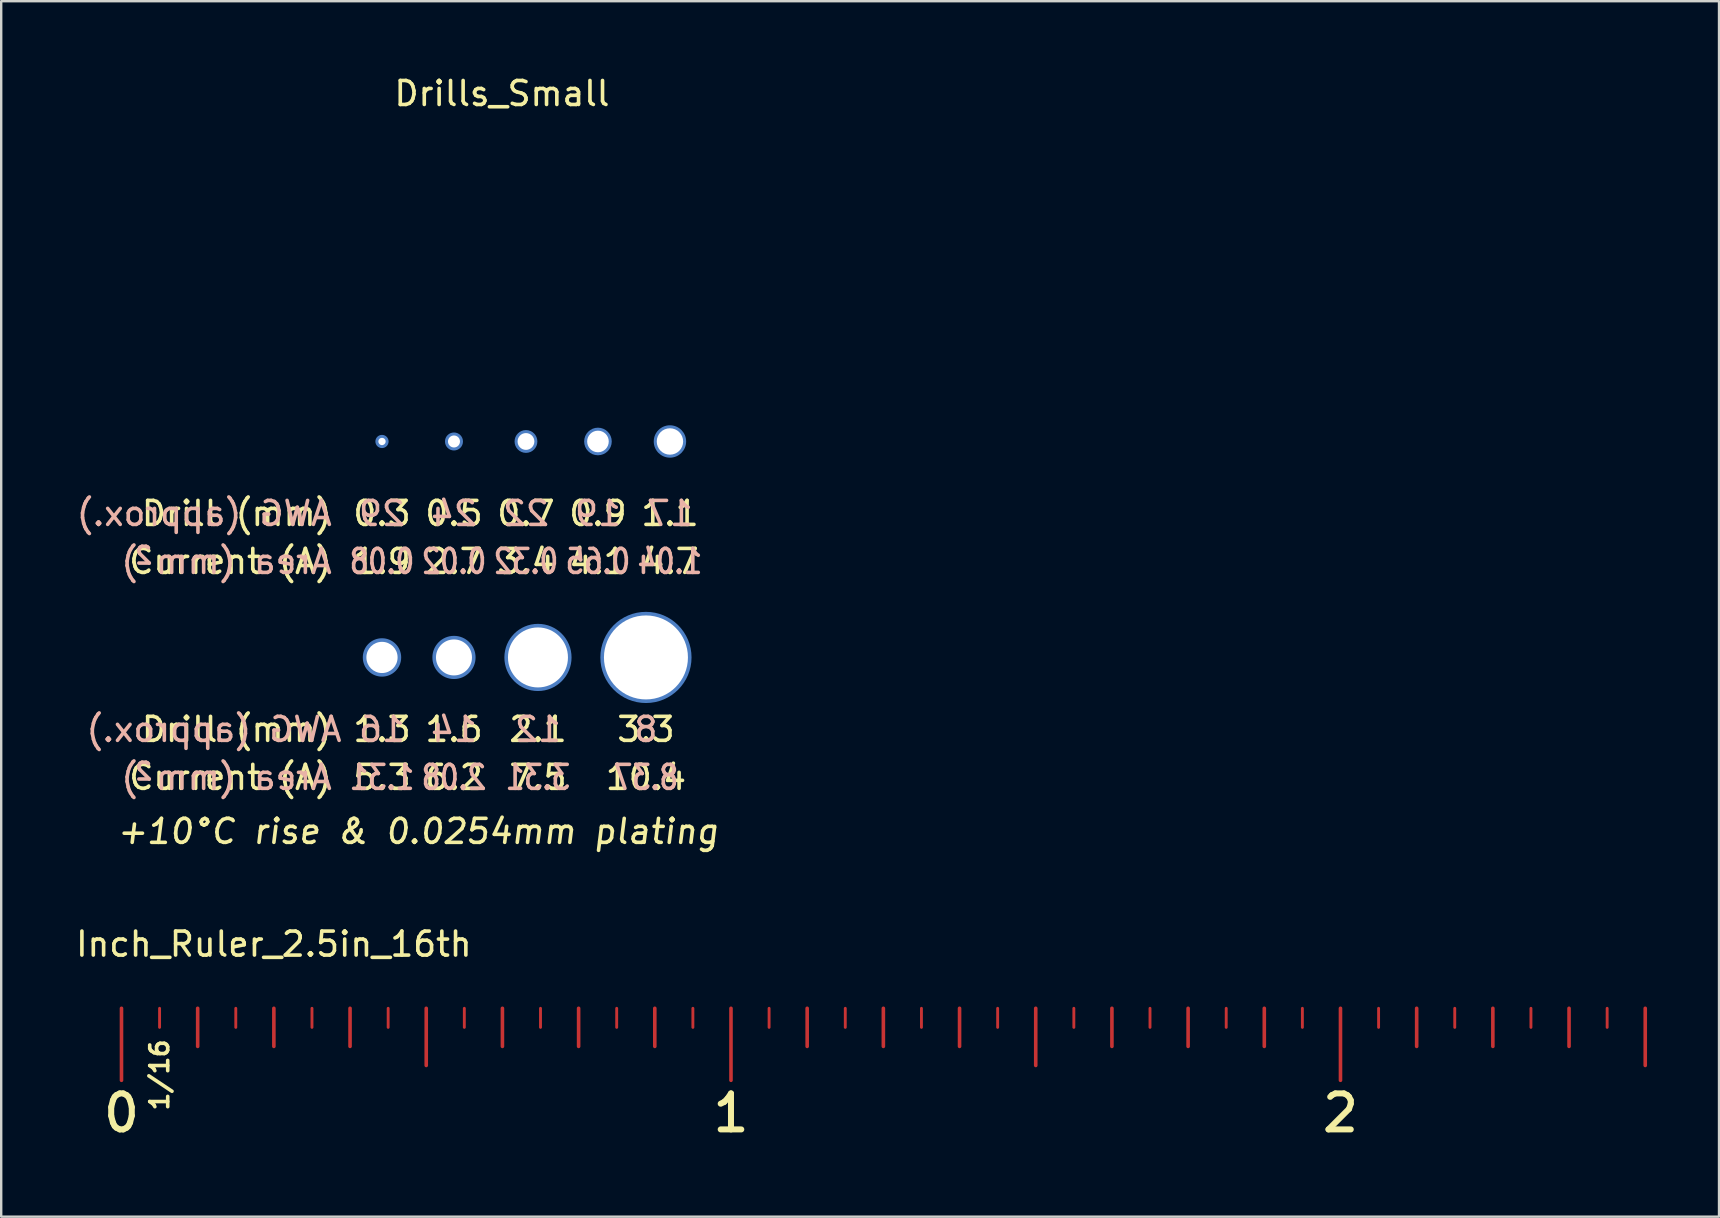
<source format=kicad_pcb>
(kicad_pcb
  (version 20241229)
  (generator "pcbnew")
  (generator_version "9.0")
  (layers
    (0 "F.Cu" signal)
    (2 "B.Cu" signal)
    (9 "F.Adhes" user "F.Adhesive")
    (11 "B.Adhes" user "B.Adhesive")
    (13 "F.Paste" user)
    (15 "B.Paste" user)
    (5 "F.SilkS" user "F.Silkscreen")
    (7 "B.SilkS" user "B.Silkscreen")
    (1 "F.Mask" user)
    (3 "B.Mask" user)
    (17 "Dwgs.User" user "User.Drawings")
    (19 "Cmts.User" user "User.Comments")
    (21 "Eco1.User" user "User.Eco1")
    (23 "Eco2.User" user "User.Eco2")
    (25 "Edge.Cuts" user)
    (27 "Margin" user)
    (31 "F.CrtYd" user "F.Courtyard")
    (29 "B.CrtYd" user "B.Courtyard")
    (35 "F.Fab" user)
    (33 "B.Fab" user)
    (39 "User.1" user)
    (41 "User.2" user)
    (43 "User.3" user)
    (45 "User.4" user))
  (footprint "Inch_Ruler_2.5in_16th"
    (layer "F.Cu")
    (at 2.013 38.97)
    (property "Reference" "Inch_Ruler_2.5in_16th" (at 6.35 -2.675 0) (layer "F.SilkS") (effects (font (size 1 1) (thickness 0.15))))
    (attr through_hole)
    (fp_line (start 0 0) (end 0 3) (stroke (width 0.15) (type solid)) (layer "F.Cu"))
    (fp_line (start 1.587 0) (end 1.587 0.794) (stroke (width 0.12) (type solid)) (layer "F.Cu"))
    (fp_line (start 3.175 0) (end 3.175 1.587) (stroke (width 0.15) (type solid)) (layer "F.Cu"))
    (fp_line (start 4.763 0) (end 4.763 0.794) (stroke (width 0.12) (type solid)) (layer "F.Cu"))
    (fp_line (start 6.35 0) (end 6.35 1.587) (stroke (width 0.15) (type solid)) (layer "F.Cu"))
    (fp_line (start 7.938 0) (end 7.938 0.794) (stroke (width 0.12) (type solid)) (layer "F.Cu"))
    (fp_line (start 9.525 0) (end 9.525 1.587) (stroke (width 0.15) (type solid)) (layer "F.Cu"))
    (fp_line (start 11.113 0) (end 11.113 0.794) (stroke (width 0.12) (type solid)) (layer "F.Cu"))
    (fp_line (start 12.7 0) (end 12.7 2.381) (stroke (width 0.15) (type solid)) (layer "F.Cu"))
    (fp_line (start 14.287 0) (end 14.287 0.794) (stroke (width 0.12) (type solid)) (layer "F.Cu"))
    (fp_line (start 15.875 0) (end 15.875 1.587) (stroke (width 0.15) (type solid)) (layer "F.Cu"))
    (fp_line (start 17.462 0) (end 17.462 0.794) (stroke (width 0.12) (type solid)) (layer "F.Cu"))
    (fp_line (start 19.05 0) (end 19.05 1.587) (stroke (width 0.15) (type solid)) (layer "F.Cu"))
    (fp_line (start 20.637 0) (end 20.637 0.794) (stroke (width 0.12) (type solid)) (layer "F.Cu"))
    (fp_line (start 22.225 0) (end 22.225 1.587) (stroke (width 0.15) (type solid)) (layer "F.Cu"))
    (fp_line (start 23.812 0) (end 23.812 0.794) (stroke (width 0.12) (type solid)) (layer "F.Cu"))
    (fp_line (start 25.4 0) (end 25.4 3) (stroke (width 0.15) (type solid)) (layer "F.Cu"))
    (fp_line (start 26.988 0) (end 26.988 0.794) (stroke (width 0.12) (type solid)) (layer "F.Cu"))
    (fp_line (start 28.575 0) (end 28.575 1.587) (stroke (width 0.15) (type solid)) (layer "F.Cu"))
    (fp_line (start 30.163 0) (end 30.163 0.794) (stroke (width 0.12) (type solid)) (layer "F.Cu"))
    (fp_line (start 31.75 0) (end 31.75 1.587) (stroke (width 0.15) (type solid)) (layer "F.Cu"))
    (fp_line (start 33.337 0) (end 33.337 0.794) (stroke (width 0.12) (type solid)) (layer "F.Cu"))
    (fp_line (start 34.925 0) (end 34.925 1.587) (stroke (width 0.15) (type solid)) (layer "F.Cu"))
    (fp_line (start 36.513 0) (end 36.513 0.794) (stroke (width 0.12) (type solid)) (layer "F.Cu"))
    (fp_line (start 38.1 0) (end 38.1 2.381) (stroke (width 0.15) (type solid)) (layer "F.Cu"))
    (fp_line (start 39.688 0) (end 39.688 0.794) (stroke (width 0.12) (type solid)) (layer "F.Cu"))
    (fp_line (start 41.275 0) (end 41.275 1.587) (stroke (width 0.15) (type solid)) (layer "F.Cu"))
    (fp_line (start 42.862 0) (end 42.862 0.794) (stroke (width 0.12) (type solid)) (layer "F.Cu"))
    (fp_line (start 44.45 0) (end 44.45 1.587) (stroke (width 0.15) (type solid)) (layer "F.Cu"))
    (fp_line (start 46.038 0) (end 46.038 0.794) (stroke (width 0.12) (type solid)) (layer "F.Cu"))
    (fp_line (start 47.625 0) (end 47.625 1.587) (stroke (width 0.15) (type solid)) (layer "F.Cu"))
    (fp_line (start 49.212 0) (end 49.212 0.794) (stroke (width 0.12) (type solid)) (layer "F.Cu"))
    (fp_line (start 50.8 0) (end 50.8 3) (stroke (width 0.15) (type solid)) (layer "F.Cu"))
    (fp_line (start 52.388 0) (end 52.388 0.794) (stroke (width 0.12) (type solid)) (layer "F.Cu"))
    (fp_line (start 53.975 0) (end 53.975 1.587) (stroke (width 0.15) (type solid)) (layer "F.Cu"))
    (fp_line (start 55.562 0) (end 55.562 0.794) (stroke (width 0.12) (type solid)) (layer "F.Cu"))
    (fp_line (start 57.15 0) (end 57.15 1.587) (stroke (width 0.15) (type solid)) (layer "F.Cu"))
    (fp_line (start 58.737 0) (end 58.737 0.794) (stroke (width 0.12) (type solid)) (layer "F.Cu"))
    (fp_line (start 60.325 0) (end 60.325 1.587) (stroke (width 0.15) (type solid)) (layer "F.Cu"))
    (fp_line (start 61.913 0) (end 61.913 0.794) (stroke (width 0.12) (type solid)) (layer "F.Cu"))
    (fp_line (start 63.5 0) (end 63.5 2.381) (stroke (width 0.15) (type solid)) (layer "F.Cu"))
    (fp_line (start 0 0) (end 0 3) (stroke (width 0.15) (type solid)) (layer "F.Mask"))
    (fp_line (start 1.587 0) (end 1.587 0.794) (stroke (width 0.15) (type solid)) (layer "F.Mask"))
    (fp_line (start 3.175 0) (end 3.175 1.587) (stroke (width 0.15) (type solid)) (layer "F.Mask"))
    (fp_line (start 4.763 0) (end 4.763 0.794) (stroke (width 0.12) (type solid)) (layer "F.Mask"))
    (fp_line (start 6.35 0) (end 6.35 1.587) (stroke (width 0.15) (type solid)) (layer "F.Mask"))
    (fp_line (start 7.938 0) (end 7.938 0.794) (stroke (width 0.12) (type solid)) (layer "F.Mask"))
    (fp_line (start 9.525 0) (end 9.525 1.587) (stroke (width 0.15) (type solid)) (layer "F.Mask"))
    (fp_line (start 11.113 0) (end 11.113 0.794) (stroke (width 0.12) (type solid)) (layer "F.Mask"))
    (fp_line (start 12.7 0) (end 12.7 2.381) (stroke (width 0.15) (type solid)) (layer "F.Mask"))
    (fp_line (start 14.287 0) (end 14.287 0.794) (stroke (width 0.12) (type solid)) (layer "F.Mask"))
    (fp_line (start 15.875 0) (end 15.875 1.587) (stroke (width 0.15) (type solid)) (layer "F.Mask"))
    (fp_line (start 17.462 0) (end 17.462 0.794) (stroke (width 0.12) (type solid)) (layer "F.Mask"))
    (fp_line (start 19.05 0) (end 19.05 1.587) (stroke (width 0.15) (type solid)) (layer "F.Mask"))
    (fp_line (start 20.637 0) (end 20.637 0.794) (stroke (width 0.12) (type solid)) (layer "F.Mask"))
    (fp_line (start 22.225 0) (end 22.225 1.587) (stroke (width 0.15) (type solid)) (layer "F.Mask"))
    (fp_line (start 23.812 0) (end 23.812 0.794) (stroke (width 0.12) (type solid)) (layer "F.Mask"))
    (fp_line (start 25.4 0) (end 25.4 3) (stroke (width 0.15) (type solid)) (layer "F.Mask"))
    (fp_line (start 26.988 0) (end 26.988 0.794) (stroke (width 0.12) (type solid)) (layer "F.Mask"))
    (fp_line (start 28.575 0) (end 28.575 1.587) (stroke (width 0.15) (type solid)) (layer "F.Mask"))
    (fp_line (start 30.163 0) (end 30.163 0.794) (stroke (width 0.12) (type solid)) (layer "F.Mask"))
    (fp_line (start 31.75 0) (end 31.75 1.587) (stroke (width 0.15) (type solid)) (layer "F.Mask"))
    (fp_line (start 33.337 0) (end 33.337 0.794) (stroke (width 0.12) (type solid)) (layer "F.Mask"))
    (fp_line (start 34.925 0) (end 34.925 1.587) (stroke (width 0.15) (type solid)) (layer "F.Mask"))
    (fp_line (start 36.513 0) (end 36.513 0.794) (stroke (width 0.12) (type solid)) (layer "F.Mask"))
    (fp_line (start 38.1 0) (end 38.1 2.381) (stroke (width 0.15) (type solid)) (layer "F.Mask"))
    (fp_line (start 39.688 0) (end 39.688 0.794) (stroke (width 0.12) (type solid)) (layer "F.Mask"))
    (fp_line (start 41.275 0) (end 41.275 1.587) (stroke (width 0.15) (type solid)) (layer "F.Mask"))
    (fp_line (start 42.862 0) (end 42.862 0.794) (stroke (width 0.12) (type solid)) (layer "F.Mask"))
    (fp_line (start 44.45 0) (end 44.45 1.587) (stroke (width 0.15) (type solid)) (layer "F.Mask"))
    (fp_line (start 46.038 0) (end 46.038 0.794) (stroke (width 0.12) (type solid)) (layer "F.Mask"))
    (fp_line (start 47.625 0) (end 47.625 1.587) (stroke (width 0.15) (type solid)) (layer "F.Mask"))
    (fp_line (start 49.212 0) (end 49.212 0.794) (stroke (width 0.12) (type solid)) (layer "F.Mask"))
    (fp_line (start 50.8 0) (end 50.8 3) (stroke (width 0.15) (type solid)) (layer "F.Mask"))
    (fp_line (start 52.388 0) (end 52.388 0.794) (stroke (width 0.15) (type solid)) (layer "F.Mask"))
    (fp_line (start 53.975 0) (end 53.975 1.587) (stroke (width 0.15) (type solid)) (layer "F.Mask"))
    (fp_line (start 55.562 0) (end 55.562 0.794) (stroke (width 0.12) (type solid)) (layer "F.Mask"))
    (fp_line (start 57.15 0) (end 57.15 1.587) (stroke (width 0.15) (type solid)) (layer "F.Mask"))
    (fp_line (start 58.737 0) (end 58.737 0.794) (stroke (width 0.12) (type solid)) (layer "F.Mask"))
    (fp_line (start 60.325 0) (end 60.325 1.587) (stroke (width 0.15) (type solid)) (layer "F.Mask"))
    (fp_line (start 61.913 0) (end 61.913 0.794) (stroke (width 0.12) (type solid)) (layer "F.Mask"))
    (fp_line (start 63.5 0) (end 63.5 2.381) (stroke (width 0.15) (type solid)) (layer "F.Mask"))
    (fp_text user "0" (at 0 4.366 0) (layer "F.SilkS") (effects (font (size 1.5 1.5) (thickness 0.25))))
    (fp_text user "2" (at 50.8 4.366 0) (layer "F.SilkS") (effects (font (size 1.5 1.5) (thickness 0.25))))
    (fp_text user "1" (at 25.4 4.366 0) (layer "F.SilkS") (effects (font (size 1.5 1.5) (thickness 0.25))))
    (fp_text user "1/16" (at 1.587 2.778 90) (layer "F.SilkS") (effects (font (size 0.75 0.75) (thickness 0.15)))))
  (footprint "Drills_Small"
    (layer "F.Cu")
    (at 17.869 3.348)
    (property "Reference" "Drills_Small" (at 0 -2.5 0) (layer "F.SilkS") (effects (font (size 1 1) (thickness 0.15))))
    (attr through_hole)
    (fp_text user "10.4" (at 6 26 0) (layer "F.SilkS") (effects (font (size 1 1) (thickness 0.15))))
    (fp_text user "Drill (mm)" (at -7 24 0) (layer "F.SilkS") (effects (font (size 1 1) (thickness 0.15)) (justify right)))
    (fp_text user "0.9" (at 4 15 0) (layer "F.SilkS") (effects (font (size 1 1) (thickness 0.15))))
    (fp_text user "1.3" (at -5 24 0) (layer "F.SilkS") (effects (font (size 1 1) (thickness 0.15))))
    (fp_text user "2.7" (at -2 17 0) (layer "F.SilkS") (effects (font (size 1 1) (thickness 0.15))))
    (fp_text user "6.2" (at -2 26 0) (layer "F.SilkS") (effects (font (size 1 1) (thickness 0.15))))
    (fp_text user "0.5" (at -2 15 0) (layer "F.SilkS") (effects (font (size 1 1) (thickness 0.15))))
    (fp_text user "2.1" (at 1.5 24 0) (layer "F.SilkS") (effects (font (size 1 1) (thickness 0.15))))
    (fp_text user "3.4" (at 1 17 0) (layer "F.SilkS") (effects (font (size 1 1) (thickness 0.15))))
    (fp_text user "5.3" (at -5 26 0) (layer "F.SilkS") (effects (font (size 1 1) (thickness 0.15))))
    (fp_text user "7.5" (at 1.5 26 0) (layer "F.SilkS") (effects (font (size 1 1) (thickness 0.15))))
    (fp_text user "4.1" (at 4 17 0) (layer "F.SilkS") (effects (font (size 1 1) (thickness 0.15))))
    (fp_text user "4.7" (at 7 17 0) (layer "F.SilkS") (effects (font (size 1 1) (thickness 0.15))))
    (fp_text user "Drill (mm)" (at -7 15 0) (layer "F.SilkS") (effects (font (size 1 1) (thickness 0.15)) (justify right)))
    (fp_text user "1.6" (at -2 24 0) (layer "F.SilkS") (effects (font (size 1 1) (thickness 0.15))))
    (fp_text user "1.1" (at 7 15 0) (layer "F.SilkS") (effects (font (size 1 1) (thickness 0.15))))
    (fp_text user "+10°C rise & 0.0254mm plating" (at -3.5 28.25 0) (layer "F.SilkS") (effects (font (size 1 1) (thickness 0.15) (italic yes))))
    (fp_text user "0.3" (at -5 15 0) (layer "F.SilkS") (effects (font (size 1 1) (thickness 0.15))))
    (fp_text user "Current (A)" (at -7 17 0) (layer "F.SilkS") (effects (font (size 1 1) (thickness 0.15)) (justify right)))
    (fp_text user "Current (A)" (at -7 26 0) (layer "F.SilkS") (effects (font (size 1 1) (thickness 0.15)) (justify right)))
    (fp_text user "1.9" (at -5 17 0) (layer "F.SilkS") (effects (font (size 1 1) (thickness 0.15))))
    (fp_text user "3.3" (at 6 24 0) (layer "F.SilkS") (effects (font (size 1 1) (thickness 0.15))))
    (fp_text user "0.7" (at 1 15 0) (layer "F.SilkS") (effects (font (size 1 1) (thickness 0.15))))
    (fp_text user "AWG (approx.)" (at -7 15 0) (layer "B.SilkS") (effects (font (size 1 1) (thickness 0.15)) (justify left mirror)))
    (fp_text user "12" (at 1.5 24 0) (layer "B.SilkS") (effects (font (size 1 1) (thickness 0.15)) (justify mirror)))
    (fp_text user "0.02" (at -2 17 0) (layer "B.SilkS") (effects (font (size 1 0.8) (thickness 0.15)) (justify mirror)))
    (fp_text user "Area (mm )" (at -7 17 0) (layer "B.SilkS") (effects (font (size 1 1) (thickness 0.15)) (justify left mirror)))
    (fp_text user "AWG (approx.)" (at -12 24 0) (layer "B.SilkS") (effects (font (size 1 1) (thickness 0.15)) (justify mirror)))
    (fp_text user "Area (mm )" (at -7 26 0) (layer "B.SilkS") (effects (font (size 1 1) (thickness 0.15)) (justify left mirror)))
    (fp_text user "0.65" (at 4 17 0) (layer "B.SilkS") (effects (font (size 1 0.8) (thickness 0.15)) (justify mirror)))
    (fp_text user "8" (at 6 24 0) (layer "B.SilkS") (effects (font (size 1 1) (thickness 0.15)) (justify mirror)))
    (fp_text user "2.08" (at -2 26 0) (layer "B.SilkS") (effects (font (size 1 0.8) (thickness 0.15)) (justify mirror)))
    (fp_text user "0.08" (at -5 17 0) (layer "B.SilkS") (effects (font (size 1 0.8) (thickness 0.15)) (justify mirror)))
    (fp_text user "2" (at -14.5 16.75 0) (layer "B.SilkS") (effects (font (size 0.7 0.7) (thickness 0.15)) (justify left mirror)))
    (fp_text user "16" (at -5 24 0) (layer "B.SilkS") (effects (font (size 1 1) (thickness 0.15)) (justify mirror)))
    (fp_text user "19" (at 4 15 0) (layer "B.SilkS") (effects (font (size 1 1) (thickness 0.15)) (justify mirror)))
    (fp_text user "3.31" (at 1.5 26 0) (layer "B.SilkS") (effects (font (size 1 0.8) (thickness 0.15)) (justify mirror)))
    (fp_text user "1.31" (at -5 26 0) (layer "B.SilkS") (effects (font (size 1 0.8) (thickness 0.15)) (justify mirror)))
    (fp_text user "29" (at -5 15 0) (layer "B.SilkS") (effects (font (size 1 1) (thickness 0.15)) (justify mirror)))
    (fp_text user "14" (at -2 24 0) (layer "B.SilkS") (effects (font (size 1 1) (thickness 0.15)) (justify mirror)))
    (fp_text user "2" (at -14.5 25.75 0) (layer "B.SilkS") (effects (font (size 0.7 0.7) (thickness 0.15)) (justify left mirror)))
    (fp_text user "17" (at 7 15 0) (layer "B.SilkS") (effects (font (size 1 1) (thickness 0.15)) (justify mirror)))
    (fp_text user "0.32" (at 1 17 0) (layer "B.SilkS") (effects (font (size 1 0.8) (thickness 0.15)) (justify mirror)))
    (fp_text user "8.37" (at 6 26 0) (layer "B.SilkS") (effects (font (size 1 0.8) (thickness 0.15)) (justify mirror)))
    (fp_text user "22" (at 1 15 0) (layer "B.SilkS") (effects (font (size 1 1) (thickness 0.15)) (justify mirror)))
    (fp_text user "1.04" (at 7 17 0) (layer "B.SilkS") (effects (font (size 1 0.8) (thickness 0.15)) (justify mirror)))
    (fp_text user "24" (at -2 15 0) (layer "B.SilkS") (effects (font (size 1 1) (thickness 0.15)) (justify mirror)))
    (pad "" np_thru_hole circle (at -5 12) (size 0.55 0.55) (drill 0.305) (layers "B.Cu" "B.Mask"))
    (pad "" np_thru_hole circle (at -5 21) (size 1.6 1.6) (drill 1.3) (layers "B.Cu" "B.Mask"))
    (pad "" np_thru_hole circle (at -2 12) (size 0.75 0.75) (drill 0.5) (layers "B.Cu" "B.Mask"))
    (pad "" np_thru_hole circle (at -2 21) (size 1.8 1.8) (drill 1.5) (layers "B.Cu" "B.Mask"))
    (pad "" np_thru_hole circle (at 1 12) (size 0.95 0.95) (drill 0.7) (layers "B.Cu" "B.Mask"))
    (pad "" np_thru_hole circle (at 1.5 21) (size 2.8 2.8) (drill 2.5) (layers "B.Cu" "B.Mask"))
    (pad "" np_thru_hole circle (at 4 12) (size 1.15 1.15) (drill 0.9) (layers "B.Cu" "B.Mask"))
    (pad "" np_thru_hole circle (at 6 21) (size 3.8 3.8) (drill 3.5) (layers "B.Cu" "B.Mask"))
    (pad "" np_thru_hole circle (at 7 12) (size 1.35 1.35) (drill 1.1) (layers "B.Cu" "B.Mask")))
  (gr_rect
    (start -3 -3)
    (end 68.588 47.652)
    (stroke (width 0.1) (type default))
    (fill no)
    (layer "Edge.Cuts")))
</source>
